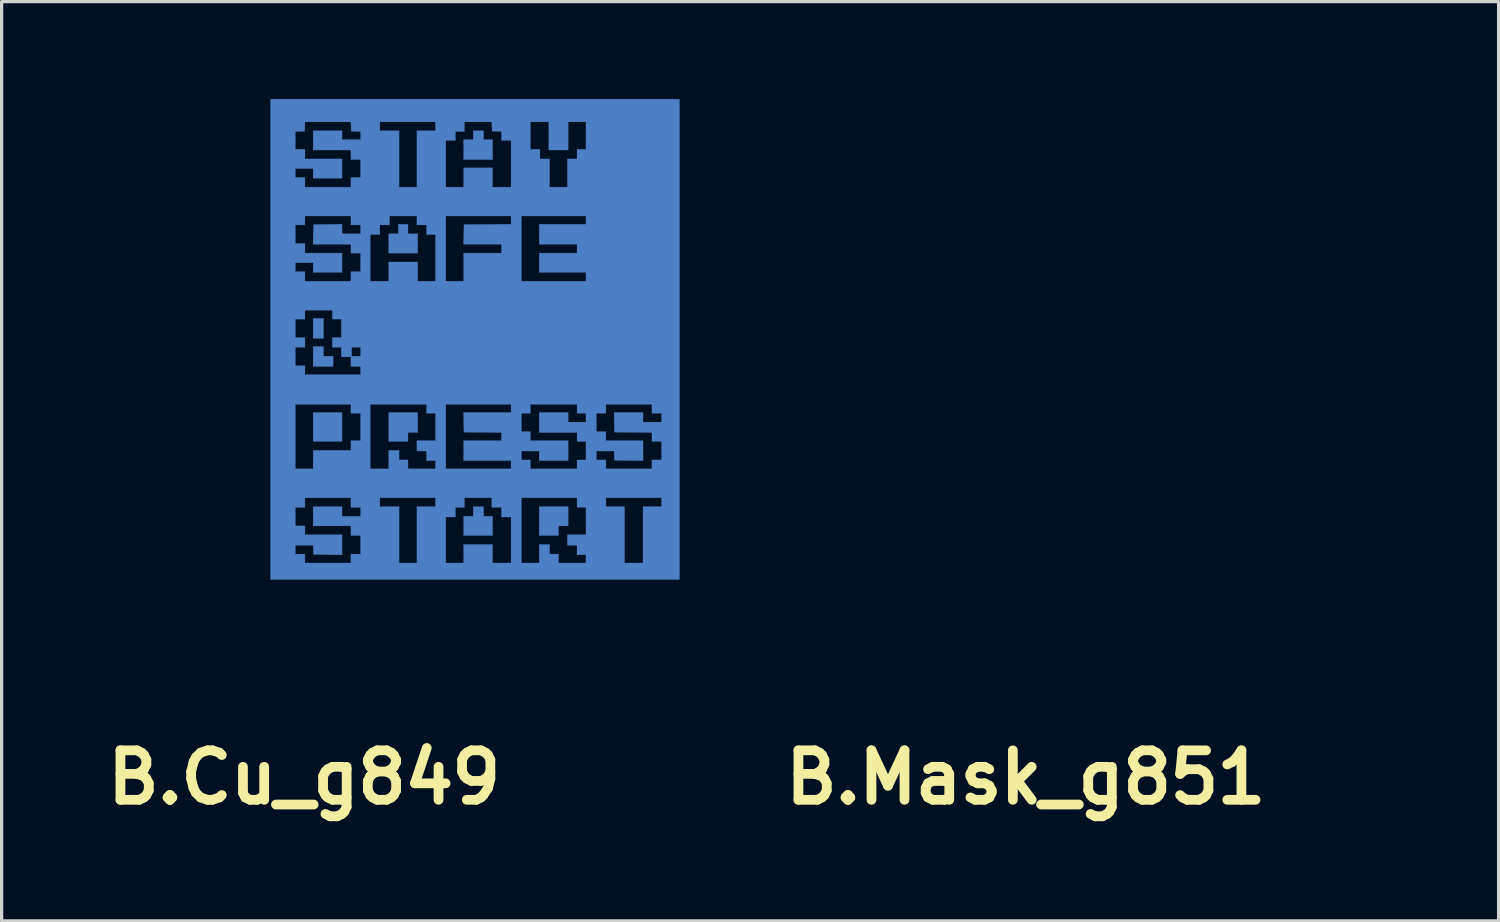
<source format=kicad_pcb>
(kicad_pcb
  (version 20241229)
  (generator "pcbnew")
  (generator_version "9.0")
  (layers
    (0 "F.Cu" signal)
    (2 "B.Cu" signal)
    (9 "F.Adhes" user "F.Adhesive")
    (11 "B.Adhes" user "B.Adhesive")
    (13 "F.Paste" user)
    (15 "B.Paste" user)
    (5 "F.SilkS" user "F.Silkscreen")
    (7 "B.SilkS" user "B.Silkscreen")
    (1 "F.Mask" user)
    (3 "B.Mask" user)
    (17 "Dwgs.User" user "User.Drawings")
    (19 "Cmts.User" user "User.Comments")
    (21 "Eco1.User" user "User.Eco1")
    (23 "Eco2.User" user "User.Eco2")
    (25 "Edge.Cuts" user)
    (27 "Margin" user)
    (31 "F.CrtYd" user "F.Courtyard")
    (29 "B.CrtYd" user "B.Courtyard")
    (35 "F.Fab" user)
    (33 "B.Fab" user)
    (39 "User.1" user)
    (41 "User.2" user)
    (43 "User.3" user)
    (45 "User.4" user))
  (footprint "B.Cu_g849"
    (layer "F.Cu")
    (at 6.321 20.896)
    (property "Reference" "B.Cu_g849" (at 0 0 0) (layer "F.SilkS") (effects (font (size 1.524 1.524) (thickness 0.3))))
    (attr through_hole)
    (fp_poly (pts (xy 0.593 -13.525) (xy 0.275 -13.525) (xy 0.275 -14.139) (xy 0.593 -14.139) (xy 0.593 -13.525)) (stroke (width 0.01) (type solid)) (fill yes) (layer "B.Cu"))
    (fp_poly (pts (xy 1.164 -10.351) (xy 0.275 -10.351) (xy 0.275 -11.239) (xy 1.164 -11.239) (xy 1.164 -10.351)) (stroke (width 0.01) (type solid)) (fill yes) (layer "B.Cu"))
    (fp_poly (pts (xy 0.593 -12.975) (xy 0.889 -12.975) (xy 0.889 -12.658) (xy 0.275 -12.658) (xy 0.275 -13.271) (xy 0.593 -13.271) (xy 0.593 -12.975)) (stroke (width 0.01) (type solid)) (fill yes) (layer "B.Cu"))
    (fp_poly (pts (xy 3.493 -10.626) (xy 3.196 -10.626) (xy 3.196 -10.351) (xy 2.603 -10.351) (xy 2.603 -11.239) (xy 3.493 -11.239) (xy 3.493 -10.626)) (stroke (width 0.01) (type solid)) (fill yes) (layer "B.Cu"))
    (fp_poly (pts (xy 8.128 -7.747) (xy 7.832 -7.747) (xy 7.832 -7.451) (xy 7.239 -7.451) (xy 7.239 -8.34) (xy 8.128 -8.34) (xy 8.128 -7.747)) (stroke (width 0.01) (type solid)) (fill yes) (layer "B.Cu"))
    (fp_poly (pts (xy 3.196 -16.743) (xy 3.493 -16.743) (xy 3.493 -16.15) (xy 2.603 -16.15) (xy 2.603 -16.743) (xy 2.9 -16.743) (xy 2.9 -17.039) (xy 3.196 -17.039) (xy 3.196 -16.743)) (stroke (width 0.01) (type solid)) (fill yes) (layer "B.Cu"))
    (fp_poly (pts (xy 5.524 -19.643) (xy 5.8 -19.643) (xy 5.8 -19.029) (xy 4.911 -19.029) (xy 4.911 -19.643) (xy 5.207 -19.643) (xy 5.207 -19.918) (xy 5.524 -19.918) (xy 5.524 -19.643)) (stroke (width 0.01) (type solid)) (fill yes) (layer "B.Cu"))
    (fp_poly (pts (xy 5.524 -8.043) (xy 5.8 -8.043) (xy 5.8 -7.451) (xy 4.911 -7.451) (xy 4.911 -8.043) (xy 5.207 -8.043) (xy 5.207 -8.34) (xy 5.524 -8.34) (xy 5.524 -8.043)) (stroke (width 0.01) (type solid)) (fill yes) (layer "B.Cu"))
    (fp_poly (pts (xy 11.557 -6.096) (xy -1.037 -6.096) (xy -1.037 -8.319) (xy -0.275 -8.319) (xy -0.275 -7.747) (xy 0.021 -7.747) (xy 0.021 -7.472) (xy 1.164 -7.472) (xy 1.164 -6.857) (xy 0.286 -6.869) (xy 0.273 -7.154) (xy -0.275 -7.154) (xy -0.275 -6.879) (xy 0.021 -6.879) (xy 0.021 -6.604) (xy 1.439 -6.604) (xy 1.439 -6.879) (xy 1.736 -6.879) (xy 1.736 -7.451) (xy 1.439 -7.451) (xy 1.439 -7.747) (xy 0.275 -7.747) (xy 0.275 -8.34) (xy 1.164 -8.34) (xy 1.164 -8.043) (xy 1.736 -8.043) (xy 1.736 -8.319) (xy 1.439 -8.319) (xy 1.439 -8.615) (xy 2.328 -8.615) (xy 2.328 -8.34) (xy 2.921 -8.34) (xy 2.921 -6.604) (xy 3.471 -6.604) (xy 3.471 -8.022) (xy 4.36 -8.022) (xy 4.36 -6.604) (xy 4.911 -6.604) (xy 4.911 -7.176) (xy 5.8 -7.176) (xy 5.8 -6.604) (xy 6.371 -6.604) (xy 6.371 -8.022) (xy 6.075 -8.022) (xy 6.075 -8.319) (xy 5.779 -8.319) (xy 5.779 -8.615) (xy 6.689 -8.615) (xy 6.689 -6.604) (xy 7.239 -6.604) (xy 7.239 -7.176) (xy 7.556 -7.176) (xy 7.556 -6.879) (xy 7.832 -6.879) (xy 7.832 -6.604) (xy 8.678 -6.604) (xy 8.678 -6.858) (xy 8.403 -6.858) (xy 8.403 -7.154) (xy 8.107 -7.154) (xy 8.107 -7.472) (xy 8.678 -7.472) (xy 8.678 -8.319) (xy 8.403 -8.319) (xy 8.403 -8.615) (xy 9.292 -8.615) (xy 9.292 -8.34) (xy 9.864 -8.34) (xy 9.864 -6.604) (xy 10.435 -6.604) (xy 10.435 -8.34) (xy 11.007 -8.34) (xy 11.007 -8.615) (xy 9.292 -8.615) (xy 8.403 -8.615) (xy 6.689 -8.615) (xy 5.779 -8.615) (xy 4.932 -8.615) (xy 4.932 -8.319) (xy 4.657 -8.319) (xy 4.657 -8.022) (xy 4.36 -8.022) (xy 3.471 -8.022) (xy 3.471 -8.34) (xy 4.043 -8.34) (xy 4.043 -8.615) (xy 2.328 -8.615) (xy 1.439 -8.615) (xy 0.021 -8.615) (xy 0.021 -8.319) (xy -0.275 -8.319) (xy -1.037 -8.319) (xy -1.037 -11.493) (xy -0.275 -11.493) (xy -0.275 -9.504) (xy 0.275 -9.504) (xy 0.275 -10.075) (xy 1.439 -10.075) (xy 1.439 -10.372) (xy 1.736 -10.372) (xy 1.736 -11.218) (xy 1.439 -11.218) (xy 1.439 -11.493) (xy 2.032 -11.493) (xy 2.032 -9.504) (xy 2.603 -9.504) (xy 2.603 -10.075) (xy 2.921 -10.075) (xy 2.921 -9.779) (xy 3.196 -9.779) (xy 3.196 -9.504) (xy 4.043 -9.504) (xy 4.043 -9.758) (xy 3.768 -9.758) (xy 3.768 -10.054) (xy 3.471 -10.054) (xy 3.471 -10.372) (xy 4.043 -10.372) (xy 4.043 -11.218) (xy 3.768 -11.218) (xy 3.768 -11.493) (xy 4.36 -11.493) (xy 4.36 -9.504) (xy 6.371 -9.504) (xy 6.371 -9.758) (xy 4.911 -9.758) (xy 4.911 -10.372) (xy 6.075 -10.372) (xy 6.075 -10.625) (xy 5.498 -10.631) (xy 4.921 -10.636) (xy 4.91 -11.218) (xy 6.689 -11.218) (xy 6.689 -10.647) (xy 6.964 -10.647) (xy 6.964 -10.372) (xy 8.128 -10.372) (xy 8.128 -9.758) (xy 7.239 -9.758) (xy 7.239 -10.054) (xy 6.689 -10.054) (xy 6.689 -9.779) (xy 6.964 -9.779) (xy 6.964 -9.504) (xy 8.403 -9.504) (xy 8.403 -9.779) (xy 8.678 -9.779) (xy 8.678 -10.351) (xy 8.403 -10.351) (xy 8.403 -10.626) (xy 7.239 -10.626) (xy 7.239 -11.239) (xy 8.128 -11.239) (xy 8.128 -10.943) (xy 8.678 -10.943) (xy 8.678 -11.218) (xy 8.996 -11.218) (xy 8.996 -10.647) (xy 9.292 -10.647) (xy 9.292 -10.372) (xy 10.435 -10.372) (xy 10.435 -9.757) (xy 9.557 -9.768) (xy 9.544 -10.054) (xy 8.996 -10.054) (xy 8.996 -9.779) (xy 9.292 -9.779) (xy 9.292 -9.504) (xy 10.71 -9.504) (xy 10.71 -9.779) (xy 11.007 -9.779) (xy 11.007 -10.351) (xy 10.71 -10.351) (xy 10.71 -10.625) (xy 10.134 -10.631) (xy 9.557 -10.636) (xy 9.545 -11.239) (xy 10.435 -11.239) (xy 10.435 -10.943) (xy 11.007 -10.943) (xy 11.007 -11.218) (xy 10.71 -11.218) (xy 10.71 -11.493) (xy 9.292 -11.493) (xy 9.292 -11.218) (xy 8.996 -11.218) (xy 8.678 -11.218) (xy 8.403 -11.218) (xy 8.403 -11.493) (xy 6.964 -11.493) (xy 6.964 -11.218) (xy 6.689 -11.218) (xy 4.91 -11.218) (xy 4.91 -11.239) (xy 6.371 -11.239) (xy 6.371 -11.493) (xy 4.36 -11.493) (xy 3.768 -11.493) (xy 2.032 -11.493) (xy 1.439 -11.493) (xy -0.275 -11.493) (xy -1.037 -11.493) (xy -1.037 -14.118) (xy -0.275 -14.118) (xy -0.275 -13.547) (xy 0.021 -13.547) (xy 0.021 -13.25) (xy -0.275 -13.25) (xy -0.275 -12.679) (xy 0.021 -12.679) (xy 0.021 -12.404) (xy 1.736 -12.404) (xy 1.736 -12.658) (xy 1.439 -12.658) (xy 1.439 -12.954) (xy 1.143 -12.954) (xy 1.143 -13.25) (xy 1.46 -13.25) (xy 1.46 -12.975) (xy 1.736 -12.975) (xy 1.736 -13.25) (xy 1.46 -13.25) (xy 1.143 -13.25) (xy 0.868 -13.25) (xy 0.868 -13.547) (xy 1.143 -13.547) (xy 1.143 -14.118) (xy 0.868 -14.118) (xy 0.868 -14.393) (xy 0.021 -14.393) (xy 0.021 -14.118) (xy -0.275 -14.118) (xy -1.037 -14.118) (xy -1.037 -17.018) (xy -0.275 -17.018) (xy -0.275 -16.447) (xy 0.021 -16.447) (xy 0.021 -16.15) (xy 1.164 -16.15) (xy 1.164 -15.557) (xy 0.275 -15.557) (xy 0.275 -15.854) (xy -0.275 -15.854) (xy -0.275 -15.579) (xy 0.021 -15.579) (xy 0.021 -15.282) (xy 1.439 -15.282) (xy 1.439 -15.579) (xy 1.736 -15.579) (xy 1.736 -16.15) (xy 1.439 -16.15) (xy 1.439 -16.425) (xy 0.274 -16.425) (xy 0.28 -16.722) (xy 2.032 -16.722) (xy 2.032 -15.282) (xy 2.603 -15.282) (xy 2.603 -15.875) (xy 3.493 -15.875) (xy 3.493 -15.282) (xy 4.043 -15.282) (xy 4.043 -16.722) (xy 3.768 -16.722) (xy 3.768 -17.018) (xy 3.471 -17.018) (xy 3.471 -17.293) (xy 4.36 -17.293) (xy 4.36 -15.282) (xy 4.911 -15.282) (xy 4.911 -16.15) (xy 6.075 -16.15) (xy 6.075 -16.425) (xy 4.91 -16.425) (xy 4.921 -17.029) (xy 5.646 -17.034) (xy 6.371 -17.04) (xy 6.371 -17.293) (xy 6.689 -17.293) (xy 6.689 -15.282) (xy 8.678 -15.282) (xy 8.678 -15.557) (xy 7.239 -15.557) (xy 7.239 -16.15) (xy 8.403 -16.15) (xy 8.403 -16.425) (xy 7.239 -16.425) (xy 7.239 -17.039) (xy 8.678 -17.039) (xy 8.678 -17.293) (xy 6.689 -17.293) (xy 6.371 -17.293) (xy 4.36 -17.293) (xy 3.471 -17.293) (xy 2.625 -17.293) (xy 2.625 -17.018) (xy 2.328 -17.018) (xy 2.328 -16.722) (xy 2.032 -16.722) (xy 0.28 -16.722) (xy 0.286 -17.029) (xy 1.164 -17.04) (xy 1.164 -16.743) (xy 1.736 -16.743) (xy 1.736 -17.018) (xy 1.439 -17.018) (xy 1.439 -17.293) (xy 0.021 -17.293) (xy 0.021 -17.018) (xy -0.275 -17.018) (xy -1.037 -17.018) (xy -1.037 -19.895) (xy -0.275 -19.895) (xy -0.275 -19.346) (xy 0.021 -19.346) (xy 0.021 -19.05) (xy 1.164 -19.05) (xy 1.164 -18.457) (xy 0.275 -18.457) (xy 0.275 -18.754) (xy -0.275 -18.754) (xy -0.275 -18.479) (xy 0.021 -18.479) (xy 0.021 -18.182) (xy 1.439 -18.182) (xy 1.439 -18.479) (xy 1.736 -18.479) (xy 1.736 -19.029) (xy 1.439 -19.029) (xy 1.439 -19.325) (xy 0.275 -19.325) (xy 0.275 -19.918) (xy 1.164 -19.918) (xy 1.164 -19.643) (xy 1.736 -19.643) (xy 1.736 -19.895) (xy 1.593 -19.901) (xy 1.45 -19.907) (xy 1.444 -20.05) (xy 1.437 -20.193) (xy 2.328 -20.193) (xy 2.328 -19.918) (xy 2.921 -19.918) (xy 2.921 -18.182) (xy 3.471 -18.182) (xy 3.471 -19.622) (xy 4.36 -19.622) (xy 4.36 -18.182) (xy 4.911 -18.182) (xy 4.911 -18.775) (xy 5.8 -18.775) (xy 5.8 -18.182) (xy 6.371 -18.182) (xy 6.371 -19.622) (xy 6.075 -19.622) (xy 6.075 -19.895) (xy 5.932 -19.901) (xy 5.789 -19.907) (xy 5.777 -20.193) (xy 6.964 -20.193) (xy 6.964 -19.346) (xy 7.26 -19.346) (xy 7.26 -19.05) (xy 7.556 -19.05) (xy 7.556 -18.182) (xy 8.107 -18.182) (xy 8.107 -19.05) (xy 8.403 -19.05) (xy 8.403 -19.346) (xy 8.678 -19.346) (xy 8.678 -20.193) (xy 8.128 -20.193) (xy 8.128 -19.325) (xy 7.535 -19.325) (xy 7.535 -20.193) (xy 6.964 -20.193) (xy 5.777 -20.193) (xy 4.932 -20.193) (xy 4.932 -19.897) (xy 4.657 -19.897) (xy 4.657 -19.622) (xy 4.36 -19.622) (xy 3.471 -19.622) (xy 3.471 -19.918) (xy 4.043 -19.918) (xy 4.043 -20.193) (xy 2.328 -20.193) (xy 1.437 -20.193) (xy 0.023 -20.193) (xy 0.017 -20.05) (xy 0.011 -19.907) (xy -0.132 -19.901) (xy -0.275 -19.895) (xy -1.037 -19.895) (xy -1.037 -20.892) (xy 11.557 -20.892) (xy 11.557 -6.096)) (stroke (width 0.01) (type solid)) (fill yes) (layer "B.Cu")))
  (footprint "B.Mask_g851"
    (layer "F.Cu")
    (at 28.547 20.896)
    (property "Reference" "B.Mask_g851" (at 0 0 0) (layer "F.SilkS") (effects (font (size 1.524 1.524) (thickness 0.3))))
    (attr through_hole)
    (fp_poly (pts (xy 11.557 -6.096) (xy -1.037 -6.096) (xy -1.037 -20.892) (xy 11.557 -20.892) (xy 11.557 -6.096)) (stroke (width 0.01) (type solid)) (fill yes) (layer "B.Mask")))
  (gr_rect
    (start -3 -3)
    (end 43.109 25.315)
    (stroke (width 0.1) (type default))
    (fill no)
    (layer "Edge.Cuts")))
</source>
